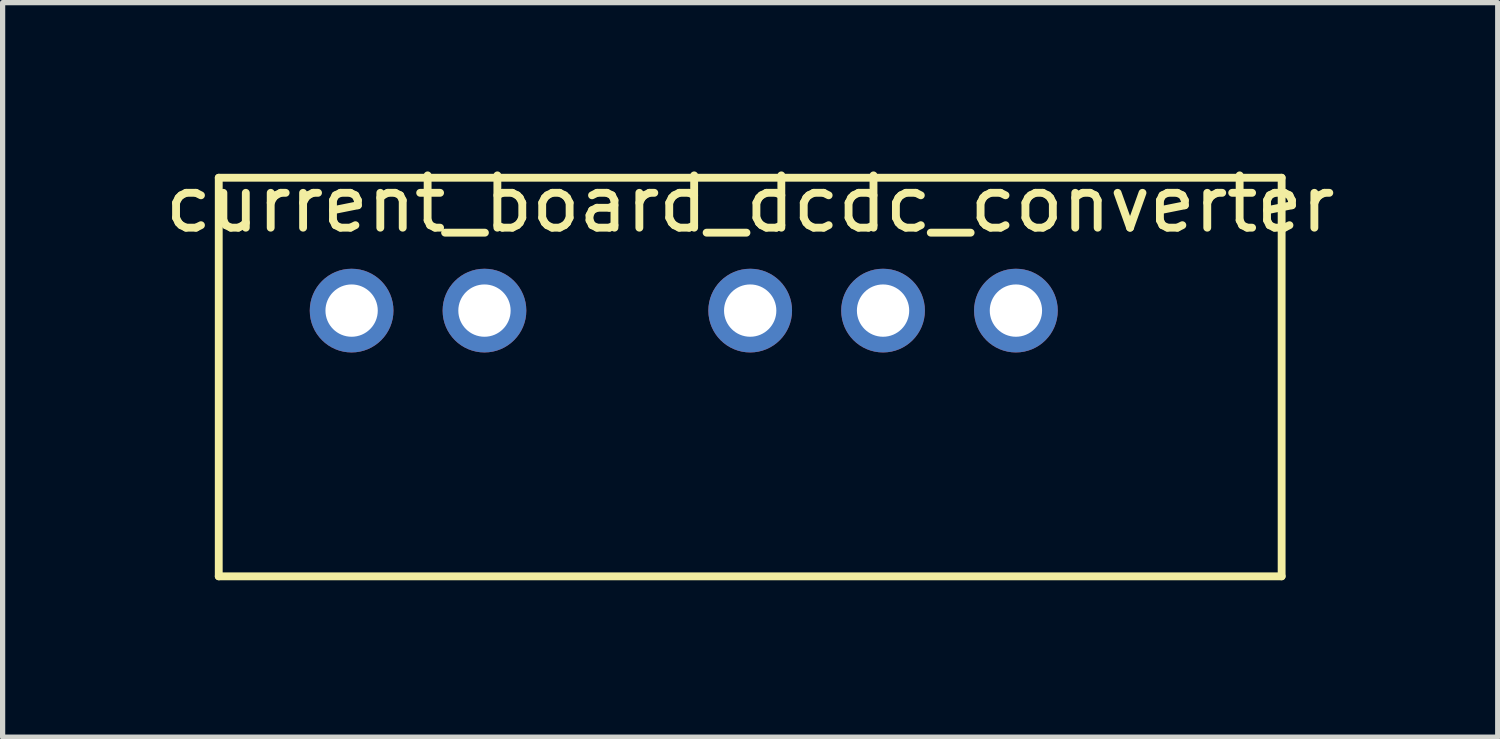
<source format=kicad_pcb>
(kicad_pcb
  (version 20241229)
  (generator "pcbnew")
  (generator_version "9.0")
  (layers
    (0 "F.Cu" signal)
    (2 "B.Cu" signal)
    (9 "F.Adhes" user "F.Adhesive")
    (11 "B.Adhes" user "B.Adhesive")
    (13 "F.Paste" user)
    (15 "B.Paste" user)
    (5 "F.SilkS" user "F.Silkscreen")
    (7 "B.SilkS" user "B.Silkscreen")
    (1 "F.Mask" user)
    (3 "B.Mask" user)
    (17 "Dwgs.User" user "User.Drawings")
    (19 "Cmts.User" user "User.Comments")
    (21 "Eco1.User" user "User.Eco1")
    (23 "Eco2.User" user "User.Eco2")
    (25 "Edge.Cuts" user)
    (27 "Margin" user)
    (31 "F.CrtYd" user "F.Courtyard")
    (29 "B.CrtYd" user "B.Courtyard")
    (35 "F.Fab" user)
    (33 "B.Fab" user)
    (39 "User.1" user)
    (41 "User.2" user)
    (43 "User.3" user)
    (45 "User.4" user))
  (footprint "current_board_dcdc_converter"
    (layer "F.Cu")
    (at 11.292 0.348)
    (property "Reference" "current_board_dcdc_converter" (at 0 0.5 0) (layer "F.SilkS") (effects (font (size 1 1) (thickness 0.15))))
    (attr through_hole)
    (fp_line (start -10.16 0) (end -10.16 7.62) (stroke (width 0.15) (type solid)) (layer "F.SilkS"))
    (fp_line (start -10.16 7.62) (end 10.16 7.62) (stroke (width 0.15) (type solid)) (layer "F.SilkS"))
    (fp_line (start 10.16 0) (end -10.16 0) (stroke (width 0.15) (type solid)) (layer "F.SilkS"))
    (fp_line (start 10.16 7.62) (end 10.16 0) (stroke (width 0.15) (type solid)) (layer "F.SilkS"))
    (pad "1" thru_hole circle (at -7.62 2.54) (size 1.6 1.6) (drill 1) (layers "*.Cu" "*.Mask"))
    (pad "2" thru_hole circle (at -5.08 2.54) (size 1.6 1.6) (drill 1) (layers "*.Cu" "*.Mask"))
    (pad "4" thru_hole circle (at 0 2.54) (size 1.6 1.6) (drill 1) (layers "*.Cu" "*.Mask"))
    (pad "5" thru_hole circle (at 2.54 2.54) (size 1.6 1.6) (drill 1) (layers "*.Cu" "*.Mask"))
    (pad "6" thru_hole circle (at 5.08 2.54) (size 1.6 1.6) (drill 1) (layers "*.Cu" "*.Mask")))
  (gr_rect
    (start -3 -3)
    (end 25.583 11.043)
    (stroke (width 0.1) (type default))
    (fill no)
    (layer "Edge.Cuts")))
</source>
